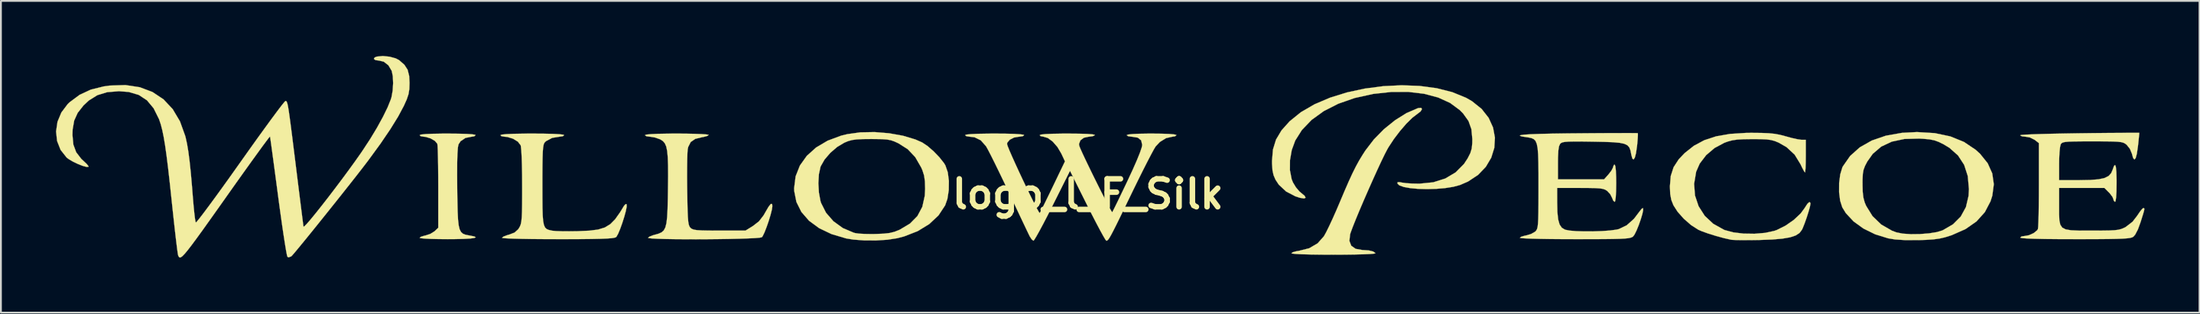
<source format=kicad_pcb>
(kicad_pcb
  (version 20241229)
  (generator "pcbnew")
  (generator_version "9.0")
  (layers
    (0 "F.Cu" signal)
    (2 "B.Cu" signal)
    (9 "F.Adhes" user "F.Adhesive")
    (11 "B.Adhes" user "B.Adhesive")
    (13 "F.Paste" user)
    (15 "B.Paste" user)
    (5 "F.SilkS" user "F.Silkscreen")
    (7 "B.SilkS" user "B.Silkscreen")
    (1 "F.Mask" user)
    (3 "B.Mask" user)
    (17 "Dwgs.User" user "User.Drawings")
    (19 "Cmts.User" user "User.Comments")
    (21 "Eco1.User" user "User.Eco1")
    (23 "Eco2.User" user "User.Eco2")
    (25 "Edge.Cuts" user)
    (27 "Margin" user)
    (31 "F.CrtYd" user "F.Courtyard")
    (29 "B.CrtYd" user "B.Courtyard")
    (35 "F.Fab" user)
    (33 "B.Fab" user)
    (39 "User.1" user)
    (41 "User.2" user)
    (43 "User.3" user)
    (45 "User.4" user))
  (footprint "logo_l_F_Silk"
    (layer "F.Cu")
    (at 56.219 7.537)
    (property "Reference" "logo_l_F_Silk" (at 0 0 0) (layer "F.SilkS") (effects (font (size 1.524 1.524) (thickness 0.3))))
    (attr through_hole)
    (fp_poly (pts (xy -34.3 -3.297) (xy -33.848 -3.284) (xy -33.536 -3.263) (xy -33.377 -3.234) (xy -33.359 -3.217) (xy -33.431 -3.153) (xy -33.566 -3.133) (xy -33.907 -3.067) (xy -34.173 -2.889) (xy -34.288 -2.713) (xy -34.322 -2.54) (xy -34.346 -2.206) (xy -34.36 -1.71) (xy -34.363 -1.05) (xy -34.358 -0.32) (xy -34.348 0.391) (xy -34.335 0.952) (xy -34.314 1.381) (xy -34.279 1.698) (xy -34.226 1.92) (xy -34.149 2.067) (xy -34.045 2.159) (xy -33.907 2.213) (xy -33.731 2.248) (xy -33.683 2.256) (xy -33.434 2.306) (xy -33.348 2.351) (xy -33.42 2.389) (xy -33.642 2.42) (xy -34.01 2.441) (xy -34.516 2.453) (xy -34.883 2.455) (xy -35.369 2.451) (xy -35.792 2.441) (xy -36.123 2.424) (xy -36.337 2.404) (xy -36.407 2.382) (xy -36.332 2.322) (xy -36.148 2.267) (xy -36.098 2.258) (xy -35.829 2.171) (xy -35.599 2.029) (xy -35.59 2.021) (xy -35.391 1.833) (xy -35.391 -0.389) (xy -35.393 -0.991) (xy -35.398 -1.542) (xy -35.407 -2.018) (xy -35.417 -2.393) (xy -35.43 -2.646) (xy -35.443 -2.748) (xy -35.575 -2.904) (xy -35.809 -3.04) (xy -36.076 -3.122) (xy -36.191 -3.133) (xy -36.352 -3.161) (xy -36.407 -3.217) (xy -36.324 -3.25) (xy -36.083 -3.275) (xy -35.696 -3.292) (xy -35.174 -3.301) (xy -34.883 -3.302) (xy -34.3 -3.297)) (stroke (width 0.01) (type solid)) (fill yes) (layer "F.SilkS"))
    (fp_poly (pts (xy 18.203 -4.633) (xy 18.13 -4.512) (xy 17.961 -4.381) (xy 17.682 -4.168) (xy 17.353 -3.844) (xy 17.007 -3.443) (xy 16.673 -3.004) (xy 16.383 -2.563) (xy 16.319 -2.452) (xy 16.178 -2.182) (xy 15.991 -1.796) (xy 15.771 -1.322) (xy 15.529 -0.788) (xy 15.278 -0.222) (xy 15.03 0.346) (xy 14.798 0.89) (xy 14.595 1.38) (xy 14.432 1.789) (xy 14.322 2.087) (xy 14.289 2.19) (xy 14.25 2.548) (xy 14.351 2.814) (xy 14.589 2.982) (xy 14.96 3.048) (xy 15.011 3.049) (xy 15.313 3.071) (xy 15.543 3.127) (xy 15.658 3.205) (xy 15.663 3.227) (xy 15.582 3.247) (xy 15.353 3.265) (xy 14.997 3.28) (xy 14.536 3.292) (xy 13.992 3.299) (xy 13.384 3.302) (xy 13.377 3.302) (xy 12.702 3.299) (xy 12.124 3.291) (xy 11.66 3.278) (xy 11.325 3.261) (xy 11.132 3.239) (xy 11.091 3.223) (xy 11.167 3.167) (xy 11.36 3.114) (xy 11.493 3.093) (xy 12.06 2.951) (xy 12.52 2.682) (xy 12.862 2.296) (xy 12.978 2.088) (xy 13.142 1.757) (xy 13.336 1.34) (xy 13.544 0.871) (xy 13.699 0.508) (xy 13.982 -0.162) (xy 14.218 -0.703) (xy 14.421 -1.143) (xy 14.604 -1.51) (xy 14.781 -1.833) (xy 14.967 -2.14) (xy 15.121 -2.379) (xy 15.584 -2.983) (xy 16.135 -3.544) (xy 16.74 -4.032) (xy 17.362 -4.421) (xy 17.965 -4.681) (xy 18.013 -4.696) (xy 18.166 -4.706) (xy 18.203 -4.633)) (stroke (width 0.01) (type solid)) (fill yes) (layer "F.SilkS"))
    (fp_poly (pts (xy 46.141 -3.327) (xy 46.989 -3.149) (xy 47.729 -2.849) (xy 48.365 -2.424) (xy 48.612 -2.199) (xy 49.026 -1.685) (xy 49.275 -1.13) (xy 49.36 -0.54) (xy 49.278 0.083) (xy 49.181 0.389) (xy 48.871 0.982) (xy 48.418 1.486) (xy 47.82 1.904) (xy 47.077 2.234) (xy 47.021 2.253) (xy 46.698 2.354) (xy 46.398 2.423) (xy 46.07 2.467) (xy 45.663 2.494) (xy 45.254 2.507) (xy 44.544 2.508) (xy 43.98 2.471) (xy 43.603 2.409) (xy 42.896 2.19) (xy 42.258 1.877) (xy 41.717 1.486) (xy 41.298 1.036) (xy 41.104 0.72) (xy 40.987 0.354) (xy 40.93 -0.107) (xy 40.932 -0.55) (xy 42.207 -0.55) (xy 42.217 -0.127) (xy 42.253 0.186) (xy 42.324 0.449) (xy 42.402 0.635) (xy 42.752 1.201) (xy 43.227 1.658) (xy 43.811 1.994) (xy 44.054 2.085) (xy 44.394 2.153) (xy 44.84 2.183) (xy 45.336 2.177) (xy 45.828 2.139) (xy 46.261 2.069) (xy 46.571 1.974) (xy 47.135 1.645) (xy 47.558 1.222) (xy 47.841 0.705) (xy 47.985 0.091) (xy 48.005 -0.274) (xy 47.941 -0.988) (xy 47.744 -1.597) (xy 47.411 -2.108) (xy 46.941 -2.526) (xy 46.639 -2.709) (xy 46.362 -2.847) (xy 46.12 -2.935) (xy 45.853 -2.988) (xy 45.504 -3.019) (xy 45.296 -3.03) (xy 44.493 -3.009) (xy 43.803 -2.864) (xy 43.227 -2.593) (xy 42.764 -2.198) (xy 42.467 -1.778) (xy 42.34 -1.535) (xy 42.262 -1.326) (xy 42.222 -1.093) (xy 42.208 -0.781) (xy 42.207 -0.55) (xy 40.932 -0.55) (xy 40.932 -0.604) (xy 40.992 -1.075) (xy 41.108 -1.458) (xy 41.134 -1.511) (xy 41.531 -2.081) (xy 42.059 -2.553) (xy 42.712 -2.923) (xy 43.482 -3.188) (xy 44.359 -3.343) (xy 45.177 -3.385) (xy 46.141 -3.327)) (stroke (width 0.01) (type solid)) (fill yes) (layer "F.SilkS"))
    (fp_poly (pts (xy 18.073 -5.901) (xy 19 -5.778) (xy 19.852 -5.563) (xy 20.604 -5.256) (xy 20.929 -5.069) (xy 21.455 -4.647) (xy 21.837 -4.16) (xy 22.077 -3.631) (xy 22.179 -3.079) (xy 22.145 -2.524) (xy 21.978 -1.987) (xy 21.682 -1.488) (xy 21.259 -1.048) (xy 20.712 -0.687) (xy 20.278 -0.499) (xy 19.91 -0.4) (xy 19.468 -0.33) (xy 18.982 -0.289) (xy 18.483 -0.275) (xy 18.002 -0.288) (xy 17.569 -0.327) (xy 17.214 -0.391) (xy 16.969 -0.48) (xy 16.867 -0.581) (xy 16.877 -0.651) (xy 16.998 -0.653) (xy 17.114 -0.63) (xy 17.338 -0.599) (xy 17.665 -0.578) (xy 18.03 -0.571) (xy 18.076 -0.571) (xy 18.821 -0.646) (xy 19.48 -0.854) (xy 20.041 -1.189) (xy 20.492 -1.644) (xy 20.69 -1.945) (xy 20.837 -2.233) (xy 20.915 -2.486) (xy 20.945 -2.781) (xy 20.948 -3.003) (xy 20.898 -3.542) (xy 20.739 -3.989) (xy 20.448 -4.396) (xy 20.264 -4.584) (xy 19.737 -4.974) (xy 19.085 -5.271) (xy 18.323 -5.473) (xy 17.471 -5.575) (xy 16.546 -5.574) (xy 15.566 -5.468) (xy 15.536 -5.463) (xy 14.541 -5.244) (xy 13.643 -4.93) (xy 12.855 -4.529) (xy 12.19 -4.048) (xy 11.66 -3.495) (xy 11.298 -2.921) (xy 11.11 -2.407) (xy 11.013 -1.85) (xy 11.01 -1.302) (xy 11.104 -0.816) (xy 11.175 -0.638) (xy 11.338 -0.37) (xy 11.531 -0.143) (xy 11.607 -0.079) (xy 11.811 0.091) (xy 11.864 0.199) (xy 11.775 0.236) (xy 11.553 0.199) (xy 11.311 0.121) (xy 10.804 -0.143) (xy 10.404 -0.516) (xy 10.224 -0.788) (xy 10.119 -1.031) (xy 10.06 -1.299) (xy 10.036 -1.654) (xy 10.035 -1.82) (xy 10.086 -2.435) (xy 10.253 -2.976) (xy 10.552 -3.478) (xy 10.99 -3.969) (xy 11.606 -4.468) (xy 12.35 -4.9) (xy 13.196 -5.26) (xy 14.119 -5.547) (xy 15.093 -5.757) (xy 16.094 -5.888) (xy 17.096 -5.937) (xy 18.073 -5.901)) (stroke (width 0.01) (type solid)) (fill yes) (layer "F.SilkS"))
    (fp_poly (pts (xy -10.83 -3.32) (xy -10.073 -3.185) (xy -9.396 -2.982) (xy -9.025 -2.818) (xy -8.734 -2.624) (xy -8.405 -2.338) (xy -8.09 -2.012) (xy -7.842 -1.699) (xy -7.762 -1.568) (xy -7.632 -1.192) (xy -7.571 -0.722) (xy -7.578 -0.218) (xy -7.652 0.259) (xy -7.775 0.612) (xy -8.137 1.16) (xy -8.64 1.631) (xy -9.27 2.017) (xy -10.01 2.305) (xy -10.388 2.404) (xy -10.916 2.486) (xy -11.535 2.525) (xy -12.178 2.523) (xy -12.777 2.478) (xy -13.166 2.415) (xy -13.963 2.179) (xy -14.641 1.855) (xy -15.192 1.449) (xy -15.607 0.971) (xy -15.878 0.428) (xy -15.997 -0.171) (xy -16.002 -0.326) (xy -15.968 -0.595) (xy -14.682 -0.595) (xy -14.653 -0.09) (xy -14.57 0.365) (xy -14.535 0.48) (xy -14.265 1.015) (xy -13.86 1.48) (xy -13.348 1.851) (xy -12.759 2.101) (xy -12.668 2.125) (xy -12.469 2.153) (xy -12.153 2.17) (xy -11.773 2.176) (xy -11.557 2.173) (xy -11.122 2.155) (xy -10.8 2.119) (xy -10.538 2.055) (xy -10.281 1.953) (xy -10.245 1.936) (xy -9.693 1.607) (xy -9.286 1.195) (xy -9.018 0.691) (xy -8.884 0.087) (xy -8.865 -0.293) (xy -8.877 -0.704) (xy -8.922 -1.018) (xy -9.013 -1.303) (xy -9.076 -1.45) (xy -9.404 -2.018) (xy -9.815 -2.452) (xy -10.314 -2.769) (xy -10.534 -2.871) (xy -10.729 -2.939) (xy -10.943 -2.979) (xy -11.221 -2.999) (xy -11.606 -3.005) (xy -11.811 -3.006) (xy -12.267 -3.002) (xy -12.598 -2.985) (xy -12.847 -2.951) (xy -13.057 -2.893) (xy -13.268 -2.806) (xy -13.658 -2.573) (xy -14.033 -2.25) (xy -14.346 -1.884) (xy -14.552 -1.523) (xy -14.569 -1.477) (xy -14.654 -1.08) (xy -14.682 -0.595) (xy -15.968 -0.595) (xy -15.922 -0.969) (xy -15.688 -1.56) (xy -15.311 -2.089) (xy -14.804 -2.544) (xy -14.177 -2.915) (xy -13.441 -3.189) (xy -13.101 -3.272) (xy -12.392 -3.37) (xy -11.619 -3.384) (xy -10.83 -3.32)) (stroke (width 0.01) (type solid)) (fill yes) (layer "F.SilkS"))
    (fp_poly (pts (xy -29.636 -3.298) (xy -29.137 -3.286) (xy -28.782 -3.267) (xy -28.579 -3.241) (xy -28.533 -3.217) (xy -28.606 -3.157) (xy -28.781 -3.133) (xy -29.185 -3.068) (xy -29.518 -2.891) (xy -29.578 -2.837) (xy -29.621 -2.777) (xy -29.654 -2.681) (xy -29.679 -2.528) (xy -29.697 -2.299) (xy -29.708 -1.973) (xy -29.715 -1.53) (xy -29.718 -0.951) (xy -29.718 -0.508) (xy -29.717 0.191) (xy -29.713 0.74) (xy -29.701 1.158) (xy -29.676 1.464) (xy -29.635 1.677) (xy -29.573 1.817) (xy -29.487 1.902) (xy -29.372 1.951) (xy -29.223 1.985) (xy -29.17 1.995) (xy -28.977 2.013) (xy -28.658 2.024) (xy -28.254 2.027) (xy -27.808 2.021) (xy -27.755 2.019) (xy -27.152 1.991) (xy -26.684 1.931) (xy -26.317 1.819) (xy -26.017 1.636) (xy -25.75 1.364) (xy -25.481 0.983) (xy -25.267 0.631) (xy -25.178 0.539) (xy -25.128 0.555) (xy -25.125 0.681) (xy -25.172 0.92) (xy -25.256 1.23) (xy -25.363 1.568) (xy -25.479 1.891) (xy -25.589 2.156) (xy -25.681 2.32) (xy -25.706 2.346) (xy -25.785 2.376) (xy -25.941 2.401) (xy -26.188 2.42) (xy -26.539 2.435) (xy -27.009 2.445) (xy -27.611 2.452) (xy -28.361 2.455) (xy -28.888 2.455) (xy -29.599 2.453) (xy -30.248 2.448) (xy -30.816 2.439) (xy -31.285 2.427) (xy -31.638 2.413) (xy -31.855 2.396) (xy -31.919 2.381) (xy -31.845 2.318) (xy -31.657 2.244) (xy -31.536 2.21) (xy -31.235 2.096) (xy -31.036 1.915) (xy -30.986 1.84) (xy -30.933 1.741) (xy -30.892 1.627) (xy -30.863 1.473) (xy -30.842 1.258) (xy -30.829 0.958) (xy -30.822 0.55) (xy -30.819 0.012) (xy -30.819 -0.439) (xy -30.822 -1.033) (xy -30.832 -1.573) (xy -30.847 -2.033) (xy -30.867 -2.387) (xy -30.89 -2.611) (xy -30.903 -2.666) (xy -31.055 -2.862) (xy -31.318 -3.024) (xy -31.632 -3.119) (xy -31.79 -3.133) (xy -31.95 -3.161) (xy -32.004 -3.217) (xy -31.921 -3.248) (xy -31.678 -3.272) (xy -31.285 -3.29) (xy -30.752 -3.3) (xy -30.268 -3.302) (xy -29.636 -3.298)) (stroke (width 0.01) (type solid)) (fill yes) (layer "F.SilkS"))
    (fp_poly (pts (xy -21.873 -3.299) (xy -21.414 -3.289) (xy -21.043 -3.274) (xy -20.785 -3.256) (xy -20.664 -3.234) (xy -20.659 -3.228) (xy -20.734 -3.173) (xy -20.921 -3.122) (xy -21.001 -3.109) (xy -21.387 -3.015) (xy -21.637 -2.842) (xy -21.774 -2.572) (xy -21.802 -2.436) (xy -21.816 -2.245) (xy -21.827 -1.915) (xy -21.833 -1.478) (xy -21.835 -0.963) (xy -21.831 -0.401) (xy -21.828 -0.193) (xy -21.818 0.426) (xy -21.807 0.899) (xy -21.792 1.246) (xy -21.772 1.491) (xy -21.744 1.655) (xy -21.707 1.76) (xy -21.659 1.83) (xy -21.65 1.839) (xy -21.576 1.895) (xy -21.467 1.935) (xy -21.297 1.963) (xy -21.04 1.979) (xy -20.669 1.987) (xy -20.159 1.99) (xy -20.077 1.99) (xy -18.655 1.99) (xy -18.245 1.736) (xy -17.921 1.485) (xy -17.667 1.157) (xy -17.575 0.996) (xy -17.395 0.687) (xy -17.273 0.534) (xy -17.204 0.537) (xy -17.187 0.652) (xy -17.215 0.845) (xy -17.287 1.131) (xy -17.388 1.464) (xy -17.504 1.798) (xy -17.618 2.089) (xy -17.715 2.29) (xy -17.76 2.349) (xy -17.872 2.374) (xy -18.126 2.396) (xy -18.499 2.414) (xy -18.968 2.43) (xy -19.51 2.443) (xy -20.103 2.452) (xy -20.724 2.458) (xy -21.35 2.461) (xy -21.958 2.459) (xy -22.524 2.455) (xy -23.028 2.446) (xy -23.445 2.433) (xy -23.753 2.417) (xy -23.928 2.396) (xy -23.961 2.381) (xy -23.886 2.318) (xy -23.698 2.244) (xy -23.581 2.211) (xy -23.381 2.154) (xy -23.224 2.083) (xy -23.106 1.978) (xy -23.02 1.818) (xy -22.96 1.584) (xy -22.921 1.254) (xy -22.898 0.81) (xy -22.883 0.231) (xy -22.876 -0.262) (xy -22.868 -0.99) (xy -22.871 -1.567) (xy -22.887 -2.014) (xy -22.919 -2.35) (xy -22.97 -2.595) (xy -23.044 -2.767) (xy -23.144 -2.887) (xy -23.273 -2.974) (xy -23.318 -2.996) (xy -23.589 -3.09) (xy -23.855 -3.133) (xy -23.868 -3.133) (xy -24.05 -3.156) (xy -24.13 -3.214) (xy -24.13 -3.217) (xy -24.047 -3.248) (xy -23.804 -3.272) (xy -23.411 -3.29) (xy -22.878 -3.3) (xy -22.394 -3.302) (xy -21.873 -3.299)) (stroke (width 0.01) (type solid)) (fill yes) (layer "F.SilkS"))
    (fp_poly (pts (xy 36.686 -3.338) (xy 37.094 -3.322) (xy 37.421 -3.289) (xy 37.711 -3.235) (xy 38.009 -3.156) (xy 38.021 -3.153) (xy 38.359 -3.061) (xy 38.661 -2.994) (xy 38.87 -2.964) (xy 38.889 -2.963) (xy 39.116 -2.963) (xy 39.116 -2.074) (xy 39.112 -1.709) (xy 39.102 -1.417) (xy 39.086 -1.232) (xy 39.073 -1.185) (xy 39.017 -1.256) (xy 38.92 -1.439) (xy 38.829 -1.63) (xy 38.509 -2.153) (xy 38.066 -2.564) (xy 37.634 -2.811) (xy 37.427 -2.896) (xy 37.221 -2.952) (xy 36.974 -2.985) (xy 36.643 -2.999) (xy 36.195 -3.002) (xy 35.726 -2.995) (xy 35.38 -2.975) (xy 35.108 -2.935) (xy 34.865 -2.869) (xy 34.674 -2.799) (xy 34.144 -2.515) (xy 33.688 -2.127) (xy 33.338 -1.669) (xy 33.142 -1.223) (xy 33.031 -0.562) (xy 33.079 0.073) (xy 33.276 0.661) (xy 33.61 1.183) (xy 34.073 1.616) (xy 34.654 1.94) (xy 34.707 1.961) (xy 35.167 2.085) (xy 35.725 2.152) (xy 36.322 2.161) (xy 36.899 2.112) (xy 37.395 2.005) (xy 37.529 1.959) (xy 38.012 1.718) (xy 38.463 1.404) (xy 38.836 1.054) (xy 39.05 0.763) (xy 39.203 0.527) (xy 39.312 0.429) (xy 39.365 0.475) (xy 39.369 0.529) (xy 39.34 0.69) (xy 39.266 0.955) (xy 39.166 1.271) (xy 39.055 1.586) (xy 38.952 1.846) (xy 38.906 1.943) (xy 38.773 2.118) (xy 38.563 2.254) (xy 38.258 2.355) (xy 37.84 2.427) (xy 37.29 2.474) (xy 36.59 2.5) (xy 36.576 2.5) (xy 36.105 2.507) (xy 35.68 2.508) (xy 35.337 2.503) (xy 35.11 2.493) (xy 35.052 2.487) (xy 34.654 2.397) (xy 34.215 2.277) (xy 33.79 2.145) (xy 33.436 2.017) (xy 33.256 1.938) (xy 32.862 1.684) (xy 32.469 1.341) (xy 32.131 0.96) (xy 31.904 0.606) (xy 31.788 0.312) (xy 31.729 -0.009) (xy 31.712 -0.423) (xy 31.759 -0.99) (xy 31.913 -1.468) (xy 32.195 -1.902) (xy 32.518 -2.241) (xy 33.02 -2.638) (xy 33.584 -2.94) (xy 34.232 -3.153) (xy 34.986 -3.284) (xy 35.867 -3.34) (xy 36.153 -3.343) (xy 36.686 -3.338)) (stroke (width 0.01) (type solid)) (fill yes) (layer "F.SilkS"))
    (fp_poly (pts (xy 57.281 -3.267) (xy 57.26 -3.058) (xy 57.229 -2.758) (xy 57.211 -2.6) (xy 57.154 -2.207) (xy 57.09 -1.969) (xy 57.021 -1.888) (xy 56.95 -1.969) (xy 56.884 -2.206) (xy 56.775 -2.469) (xy 56.602 -2.687) (xy 56.518 -2.753) (xy 56.425 -2.802) (xy 56.299 -2.836) (xy 56.113 -2.858) (xy 55.842 -2.871) (xy 55.461 -2.877) (xy 54.945 -2.879) (xy 54.735 -2.879) (xy 54.167 -2.878) (xy 53.745 -2.873) (xy 53.446 -2.863) (xy 53.246 -2.845) (xy 53.122 -2.817) (xy 53.05 -2.777) (xy 53.008 -2.722) (xy 53.004 -2.715) (xy 52.968 -2.565) (xy 52.939 -2.289) (xy 52.921 -1.931) (xy 52.917 -1.657) (xy 52.917 -0.762) (xy 54.038 -0.762) (xy 54.629 -0.773) (xy 55.073 -0.81) (xy 55.394 -0.88) (xy 55.615 -0.991) (xy 55.756 -1.149) (xy 55.834 -1.333) (xy 55.91 -1.542) (xy 55.968 -1.592) (xy 56.01 -1.482) (xy 56.037 -1.208) (xy 56.049 -0.77) (xy 56.049 -0.593) (xy 56.043 -0.147) (xy 56.023 0.183) (xy 55.993 0.378) (xy 55.965 0.423) (xy 55.891 0.354) (xy 55.88 0.29) (xy 55.824 0.149) (xy 55.683 -0.038) (xy 55.633 -0.091) (xy 55.385 -0.339) (xy 52.917 -0.339) (xy 52.917 0.664) (xy 52.917 1.102) (xy 52.932 1.431) (xy 52.982 1.667) (xy 53.09 1.825) (xy 53.275 1.921) (xy 53.559 1.97) (xy 53.963 1.988) (xy 54.509 1.99) (xy 54.725 1.99) (xy 55.26 1.988) (xy 55.656 1.982) (xy 55.943 1.967) (xy 56.151 1.941) (xy 56.311 1.899) (xy 56.453 1.84) (xy 56.543 1.794) (xy 56.92 1.503) (xy 57.169 1.18) (xy 57.321 0.955) (xy 57.445 0.803) (xy 57.501 0.762) (xy 57.545 0.766) (xy 57.563 0.797) (xy 57.55 0.887) (xy 57.5 1.066) (xy 57.407 1.364) (xy 57.359 1.517) (xy 57.208 1.931) (xy 57.06 2.213) (xy 56.959 2.325) (xy 56.888 2.361) (xy 56.776 2.389) (xy 56.605 2.411) (xy 56.358 2.428) (xy 56.019 2.44) (xy 55.57 2.448) (xy 54.996 2.453) (xy 54.279 2.455) (xy 53.787 2.455) (xy 52.908 2.453) (xy 52.176 2.446) (xy 51.594 2.434) (xy 51.169 2.418) (xy 50.903 2.398) (xy 50.801 2.374) (xy 50.8 2.371) (xy 50.873 2.307) (xy 51.016 2.286) (xy 51.276 2.24) (xy 51.534 2.123) (xy 51.72 1.972) (xy 51.763 1.901) (xy 51.777 1.783) (xy 51.79 1.518) (xy 51.801 1.132) (xy 51.809 0.648) (xy 51.814 0.089) (xy 51.816 -0.509) (xy 51.816 -2.782) (xy 51.593 -2.957) (xy 51.334 -3.088) (xy 51.085 -3.133) (xy 50.894 -3.154) (xy 50.801 -3.205) (xy 50.8 -3.213) (xy 50.882 -3.229) (xy 51.116 -3.246) (xy 51.484 -3.263) (xy 51.97 -3.279) (xy 52.555 -3.294) (xy 53.224 -3.307) (xy 53.957 -3.319) (xy 54.739 -3.329) (xy 55.551 -3.337) (xy 56.377 -3.342) (xy 57.198 -3.344) (xy 57.285 -3.344) (xy 57.281 -3.267)) (stroke (width 0.01) (type solid)) (fill yes) (layer "F.SilkS"))
    (fp_poly (pts (xy 29.592 -3.331) (xy 29.85 -3.329) (xy 29.96 -3.326) (xy 29.963 -3.325) (xy 29.969 -3.239) (xy 29.958 -3.024) (xy 29.932 -2.723) (xy 29.92 -2.612) (xy 29.865 -2.235) (xy 29.801 -1.992) (xy 29.732 -1.891) (xy 29.666 -1.943) (xy 29.609 -2.153) (xy 29.604 -2.184) (xy 29.563 -2.39) (xy 29.502 -2.547) (xy 29.399 -2.663) (xy 29.232 -2.745) (xy 28.981 -2.798) (xy 28.623 -2.831) (xy 28.139 -2.85) (xy 27.522 -2.862) (xy 26.944 -2.87) (xy 26.511 -2.871) (xy 26.201 -2.865) (xy 25.991 -2.849) (xy 25.856 -2.823) (xy 25.774 -2.784) (xy 25.732 -2.744) (xy 25.671 -2.61) (xy 25.633 -2.37) (xy 25.615 -1.998) (xy 25.612 -1.702) (xy 25.612 -0.804) (xy 28.124 -0.804) (xy 28.37 -1.081) (xy 28.523 -1.279) (xy 28.61 -1.444) (xy 28.617 -1.483) (xy 28.663 -1.595) (xy 28.702 -1.609) (xy 28.739 -1.527) (xy 28.767 -1.296) (xy 28.783 -0.935) (xy 28.787 -0.593) (xy 28.78 -0.159) (xy 28.761 0.17) (xy 28.733 0.37) (xy 28.704 0.423) (xy 28.623 0.351) (xy 28.567 0.21) (xy 28.462 0.004) (xy 28.3 -0.171) (xy 28.201 -0.237) (xy 28.078 -0.283) (xy 27.902 -0.313) (xy 27.642 -0.33) (xy 27.269 -0.337) (xy 26.828 -0.339) (xy 25.569 -0.339) (xy 25.57 0.445) (xy 25.582 0.985) (xy 25.624 1.38) (xy 25.702 1.655) (xy 25.823 1.832) (xy 25.994 1.935) (xy 26.007 1.94) (xy 26.245 1.987) (xy 26.608 2.018) (xy 27.054 2.032) (xy 27.538 2.03) (xy 28.019 2.014) (xy 28.452 1.982) (xy 28.796 1.936) (xy 28.931 1.905) (xy 29.356 1.701) (xy 29.752 1.348) (xy 30.069 0.931) (xy 30.178 0.795) (xy 30.248 0.761) (xy 30.249 0.762) (xy 30.256 0.872) (xy 30.209 1.092) (xy 30.123 1.379) (xy 30.014 1.689) (xy 29.897 1.977) (xy 29.787 2.2) (xy 29.709 2.307) (xy 29.649 2.347) (xy 29.564 2.378) (xy 29.436 2.403) (xy 29.248 2.422) (xy 28.982 2.436) (xy 28.621 2.445) (xy 28.148 2.451) (xy 27.546 2.454) (xy 26.797 2.455) (xy 26.534 2.455) (xy 25.84 2.453) (xy 25.203 2.448) (xy 24.643 2.439) (xy 24.176 2.427) (xy 23.824 2.413) (xy 23.605 2.397) (xy 23.537 2.381) (xy 23.612 2.323) (xy 23.799 2.268) (xy 23.877 2.253) (xy 24.141 2.176) (xy 24.357 2.056) (xy 24.385 2.031) (xy 24.436 1.972) (xy 24.475 1.896) (xy 24.504 1.783) (xy 24.525 1.611) (xy 24.539 1.36) (xy 24.548 1.011) (xy 24.552 0.543) (xy 24.553 -0.064) (xy 24.553 -0.414) (xy 24.553 -1.146) (xy 24.547 -1.726) (xy 24.533 -2.174) (xy 24.505 -2.507) (xy 24.459 -2.744) (xy 24.39 -2.903) (xy 24.295 -3.001) (xy 24.169 -3.058) (xy 24.007 -3.091) (xy 23.896 -3.107) (xy 23.643 -3.148) (xy 23.536 -3.184) (xy 23.579 -3.216) (xy 23.774 -3.243) (xy 24.124 -3.266) (xy 24.633 -3.285) (xy 25.303 -3.301) (xy 26.138 -3.313) (xy 26.733 -3.318) (xy 27.452 -3.324) (xy 28.116 -3.328) (xy 28.706 -3.33) (xy 29.205 -3.331) (xy 29.592 -3.331)) (stroke (width 0.01) (type solid)) (fill yes) (layer "F.SilkS"))
    (fp_poly (pts (xy 4.011 -3.297) (xy 4.425 -3.282) (xy 4.699 -3.258) (xy 4.821 -3.226) (xy 4.826 -3.217) (xy 4.753 -3.154) (xy 4.61 -3.133) (xy 4.263 -3.056) (xy 3.923 -2.844) (xy 3.696 -2.604) (xy 3.607 -2.459) (xy 3.457 -2.183) (xy 3.256 -1.797) (xy 3.015 -1.323) (xy 2.746 -0.783) (xy 2.459 -0.197) (xy 2.364 0) (xy 2.03 0.69) (xy 1.762 1.243) (xy 1.551 1.673) (xy 1.388 1.996) (xy 1.266 2.228) (xy 1.177 2.383) (xy 1.112 2.476) (xy 1.063 2.523) (xy 1.023 2.539) (xy 1.005 2.54) (xy 0.949 2.467) (xy 0.829 2.263) (xy 0.656 1.947) (xy 0.441 1.541) (xy 0.195 1.063) (xy -0.021 0.634) (xy -0.972 -1.271) (xy -1.926 0.634) (xy -2.189 1.155) (xy -2.431 1.621) (xy -2.641 2.012) (xy -2.807 2.309) (xy -2.919 2.491) (xy -2.962 2.54) (xy -3.054 2.472) (xy -3.162 2.309) (xy -3.163 2.307) (xy -3.229 2.172) (xy -3.357 1.905) (xy -3.536 1.529) (xy -3.755 1.065) (xy -4.005 0.537) (xy -4.274 -0.034) (xy -4.309 -0.109) (xy -4.585 -0.691) (xy -4.848 -1.237) (xy -5.087 -1.726) (xy -5.29 -2.132) (xy -5.447 -2.434) (xy -5.544 -2.607) (xy -5.55 -2.616) (xy -5.835 -2.936) (xy -6.172 -3.102) (xy -6.439 -3.133) (xy -6.615 -3.158) (xy -6.689 -3.217) (xy -6.606 -3.249) (xy -6.364 -3.274) (xy -5.975 -3.291) (xy -5.447 -3.3) (xy -5.08 -3.302) (xy -4.477 -3.298) (xy -4.006 -3.285) (xy -3.677 -3.264) (xy -3.5 -3.237) (xy -3.471 -3.217) (xy -3.545 -3.16) (xy -3.726 -3.133) (xy -3.749 -3.133) (xy -4.022 -3.087) (xy -4.252 -2.969) (xy -4.387 -2.812) (xy -4.403 -2.737) (xy -4.369 -2.622) (xy -4.275 -2.388) (xy -4.133 -2.061) (xy -3.954 -1.664) (xy -3.751 -1.222) (xy -3.535 -0.761) (xy -3.317 -0.304) (xy -3.11 0.122) (xy -2.925 0.493) (xy -2.774 0.786) (xy -2.669 0.973) (xy -2.621 1.032) (xy -2.621 1.031) (xy -2.571 0.94) (xy -2.46 0.721) (xy -2.302 0.4) (xy -2.108 0.003) (xy -1.91 -0.407) (xy -1.246 -1.788) (xy -1.445 -2.213) (xy -1.656 -2.57) (xy -1.912 -2.864) (xy -2.179 -3.062) (xy -2.416 -3.133) (xy -2.574 -3.162) (xy -2.625 -3.217) (xy -2.542 -3.25) (xy -2.301 -3.275) (xy -1.914 -3.292) (xy -1.392 -3.301) (xy -1.096 -3.302) (xy -0.492 -3.297) (xy -0.042 -3.284) (xy 0.249 -3.262) (xy 0.377 -3.232) (xy 0.381 -3.217) (xy 0.268 -3.159) (xy 0.065 -3.133) (xy 0.05 -3.133) (xy -0.217 -3.076) (xy -0.407 -2.931) (xy -0.483 -2.733) (xy -0.468 -2.633) (xy -0.406 -2.478) (xy -0.287 -2.214) (xy -0.123 -1.864) (xy 0.074 -1.455) (xy 0.29 -1.011) (xy 0.515 -0.558) (xy 0.734 -0.12) (xy 0.936 0.277) (xy 1.109 0.609) (xy 1.239 0.85) (xy 1.315 0.975) (xy 1.328 0.986) (xy 1.375 0.9) (xy 1.484 0.684) (xy 1.643 0.36) (xy 1.84 -0.05) (xy 2.066 -0.522) (xy 2.167 -0.735) (xy 2.449 -1.342) (xy 2.676 -1.858) (xy 2.841 -2.267) (xy 2.938 -2.554) (xy 2.963 -2.685) (xy 2.904 -2.935) (xy 2.721 -3.081) (xy 2.403 -3.132) (xy 2.376 -3.133) (xy 2.195 -3.157) (xy 2.117 -3.215) (xy 2.117 -3.217) (xy 2.199 -3.251) (xy 2.437 -3.277) (xy 2.818 -3.294) (xy 3.328 -3.302) (xy 3.471 -3.302) (xy 4.011 -3.297)) (stroke (width 0.01) (type solid)) (fill yes) (layer "F.SilkS"))
    (fp_poly (pts (xy -38.042 -7.495) (xy -37.706 -7.403) (xy -37.524 -7.307) (xy -37.236 -7.053) (xy -37.061 -6.783) (xy -36.976 -6.447) (xy -36.957 -6.068) (xy -36.968 -5.727) (xy -37.013 -5.45) (xy -37.109 -5.164) (xy -37.266 -4.815) (xy -37.578 -4.23) (xy -38.005 -3.539) (xy -38.54 -2.751) (xy -39.177 -1.878) (xy -39.312 -1.699) (xy -39.567 -1.367) (xy -39.884 -0.96) (xy -40.249 -0.496) (xy -40.648 0.008) (xy -41.066 0.533) (xy -41.489 1.062) (xy -41.903 1.578) (xy -42.294 2.063) (xy -42.647 2.498) (xy -42.949 2.866) (xy -43.185 3.151) (xy -43.341 3.333) (xy -43.397 3.391) (xy -43.546 3.449) (xy -43.608 3.416) (xy -43.637 3.317) (xy -43.684 3.068) (xy -43.747 2.688) (xy -43.823 2.198) (xy -43.909 1.614) (xy -44.001 0.956) (xy -44.098 0.244) (xy -44.114 0.122) (xy -44.209 -0.596) (xy -44.298 -1.262) (xy -44.378 -1.855) (xy -44.446 -2.358) (xy -44.5 -2.752) (xy -44.538 -3.019) (xy -44.556 -3.139) (xy -44.558 -3.144) (xy -44.609 -3.088) (xy -44.747 -2.908) (xy -44.964 -2.616) (xy -45.247 -2.226) (xy -45.589 -1.753) (xy -45.978 -1.209) (xy -46.406 -0.609) (xy -46.736 -0.143) (xy -47.317 0.679) (xy -47.809 1.372) (xy -48.219 1.947) (xy -48.556 2.412) (xy -48.827 2.778) (xy -49.04 3.054) (xy -49.203 3.25) (xy -49.324 3.376) (xy -49.411 3.442) (xy -49.472 3.457) (xy -49.515 3.431) (xy -49.548 3.374) (xy -49.565 3.333) (xy -49.586 3.218) (xy -49.622 2.955) (xy -49.67 2.565) (xy -49.728 2.069) (xy -49.793 1.488) (xy -49.863 0.842) (xy -49.914 0.362) (xy -50.017 -0.603) (xy -50.109 -1.417) (xy -50.194 -2.095) (xy -50.273 -2.656) (xy -50.35 -3.114) (xy -50.427 -3.489) (xy -50.506 -3.796) (xy -50.591 -4.052) (xy -50.609 -4.099) (xy -50.9 -4.683) (xy -51.262 -5.117) (xy -51.709 -5.411) (xy -52.254 -5.572) (xy -52.79 -5.613) (xy -53.429 -5.561) (xy -53.965 -5.397) (xy -54.43 -5.107) (xy -54.722 -4.833) (xy -55.037 -4.432) (xy -55.227 -4.013) (xy -55.312 -3.525) (xy -55.321 -3.217) (xy -55.272 -2.701) (xy -55.118 -2.285) (xy -54.84 -1.924) (xy -54.711 -1.804) (xy -54.54 -1.641) (xy -54.448 -1.524) (xy -54.444 -1.493) (xy -54.556 -1.485) (xy -54.768 -1.543) (xy -55.033 -1.648) (xy -55.305 -1.779) (xy -55.536 -1.917) (xy -55.641 -1.999) (xy -55.969 -2.415) (xy -56.159 -2.899) (xy -56.214 -3.42) (xy -56.136 -3.948) (xy -55.925 -4.454) (xy -55.583 -4.908) (xy -55.475 -5.012) (xy -54.934 -5.414) (xy -54.325 -5.698) (xy -53.615 -5.875) (xy -53.298 -5.92) (xy -52.434 -5.948) (xy -51.653 -5.83) (xy -50.96 -5.569) (xy -50.361 -5.17) (xy -49.86 -4.636) (xy -49.464 -3.97) (xy -49.178 -3.176) (xy -49.155 -3.09) (xy -49.078 -2.738) (xy -49.007 -2.313) (xy -48.94 -1.794) (xy -48.873 -1.161) (xy -48.806 -0.392) (xy -48.762 0.169) (xy -48.723 0.625) (xy -48.684 1.021) (xy -48.647 1.326) (xy -48.615 1.51) (xy -48.602 1.548) (xy -48.543 1.495) (xy -48.396 1.315) (xy -48.172 1.023) (xy -47.879 0.631) (xy -47.528 0.153) (xy -47.128 -0.399) (xy -46.689 -1.012) (xy -46.22 -1.673) (xy -46.178 -1.732) (xy -45.706 -2.398) (xy -45.261 -3.021) (xy -44.853 -3.585) (xy -44.493 -4.079) (xy -44.189 -4.489) (xy -43.953 -4.801) (xy -43.793 -5.002) (xy -43.72 -5.079) (xy -43.719 -5.079) (xy -43.687 -5.076) (xy -43.66 -5.056) (xy -43.633 -5.005) (xy -43.604 -4.908) (xy -43.572 -4.75) (xy -43.534 -4.516) (xy -43.488 -4.192) (xy -43.431 -3.764) (xy -43.36 -3.215) (xy -43.275 -2.532) (xy -43.171 -1.699) (xy -43.139 -1.439) (xy -43.051 -0.731) (xy -42.969 -0.073) (xy -42.895 0.515) (xy -42.832 1.013) (xy -42.783 1.402) (xy -42.749 1.663) (xy -42.734 1.775) (xy -42.734 1.776) (xy -42.68 1.749) (xy -42.539 1.604) (xy -42.326 1.356) (xy -42.054 1.023) (xy -41.735 0.622) (xy -41.384 0.172) (xy -41.015 -0.312) (xy -40.639 -0.811) (xy -40.272 -1.308) (xy -39.926 -1.786) (xy -39.615 -2.228) (xy -39.513 -2.377) (xy -39.104 -3.001) (xy -38.73 -3.621) (xy -38.408 -4.207) (xy -38.152 -4.729) (xy -37.979 -5.159) (xy -37.938 -5.292) (xy -37.874 -5.651) (xy -37.85 -6.054) (xy -37.867 -6.433) (xy -37.926 -6.718) (xy -37.927 -6.722) (xy -38.109 -7.028) (xy -38.363 -7.224) (xy -38.603 -7.281) (xy -38.813 -7.31) (xy -38.902 -7.377) (xy -38.851 -7.456) (xy -38.733 -7.501) (xy -38.41 -7.532) (xy -38.042 -7.495)) (stroke (width 0.01) (type solid)) (fill yes) (layer "F.SilkS")))
  (gr_rect
    (start -3 -3)
    (end 116.787 13.999)
    (stroke (width 0.1) (type default))
    (fill no)
    (layer "Edge.Cuts")))
</source>
